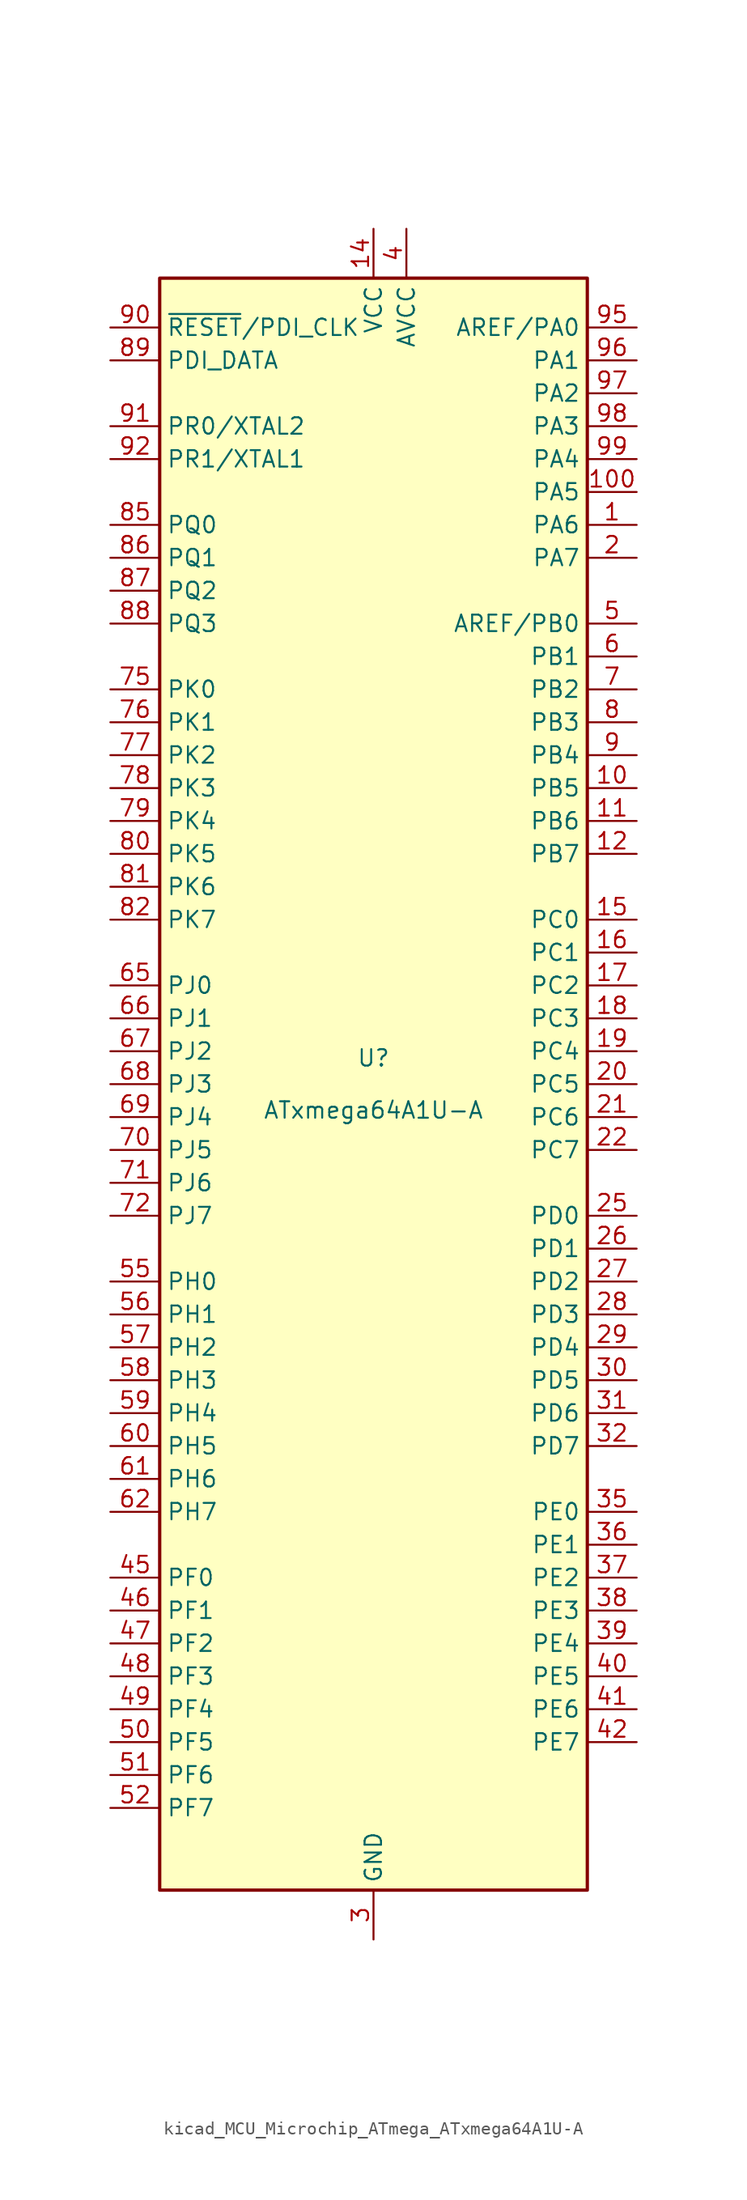
<source format=kicad_sym>
(kicad_symbol_lib
  (version 20220914)
  (generator kicad_symbol_editor)
  (symbol "kicad_MCU_Microchip_ATmega_ATxmega64A1U-A"
    (property "Reference" "U"
      (at 0 1.27 0)
      (effects (font (size 1.27 1.27)) (justify bottom)))
    (property "Value" "ATxmega64A1U-A"
      (at 0 -1.27 0)
      (effects (font (size 1.27 1.27)) (justify top)))
    (symbol "kicad_MCU_Microchip_ATmega_ATxmega64A1U-A_0_1"
      (rectangle (start -16.51 -62.23) (end 16.51 62.23) (stroke (width 0.254) (type default)) (fill (type background))))
    (symbol "kicad_MCU_Microchip_ATmega_ATxmega64A1U-A_1_1"
      (pin bidirectional line (at 20.32 43.18 180) (length 3.81) (name "PA6" (effects (font (size 1.27 1.27)))) (number "1" (effects (font (size 1.27 1.27)))))
      (pin bidirectional line (at 20.32 22.86 180) (length 3.81) (name "PB5" (effects (font (size 1.27 1.27)))) (number "10" (effects (font (size 1.27 1.27)))))
      (pin bidirectional line (at 20.32 45.72 180) (length 3.81) (name "PA5" (effects (font (size 1.27 1.27)))) (number "100" (effects (font (size 1.27 1.27)))))
      (pin bidirectional line (at 20.32 20.32 180) (length 3.81) (name "PB6" (effects (font (size 1.27 1.27)))) (number "11" (effects (font (size 1.27 1.27)))))
      (pin bidirectional line (at 20.32 17.78 180) (length 3.81) (name "PB7" (effects (font (size 1.27 1.27)))) (number "12" (effects (font (size 1.27 1.27)))))
      (pin passive line (at 0 -66.04 90) (length 3.81) hide (name "GND" (effects (font (size 1.27 1.27)))) (number "13" (effects (font (size 1.27 1.27)))))
      (pin power_in line (at 0 66.04 270) (length 3.81) (name "VCC" (effects (font (size 1.27 1.27)))) (number "14" (effects (font (size 1.27 1.27)))))
      (pin bidirectional line (at 20.32 12.7 180) (length 3.81) (name "PC0" (effects (font (size 1.27 1.27)))) (number "15" (effects (font (size 1.27 1.27)))))
      (pin bidirectional line (at 20.32 10.16 180) (length 3.81) (name "PC1" (effects (font (size 1.27 1.27)))) (number "16" (effects (font (size 1.27 1.27)))))
      (pin bidirectional line (at 20.32 7.62 180) (length 3.81) (name "PC2" (effects (font (size 1.27 1.27)))) (number "17" (effects (font (size 1.27 1.27)))))
      (pin bidirectional line (at 20.32 5.08 180) (length 3.81) (name "PC3" (effects (font (size 1.27 1.27)))) (number "18" (effects (font (size 1.27 1.27)))))
      (pin bidirectional line (at 20.32 2.54 180) (length 3.81) (name "PC4" (effects (font (size 1.27 1.27)))) (number "19" (effects (font (size 1.27 1.27)))))
      (pin bidirectional line (at 20.32 40.64 180) (length 3.81) (name "PA7" (effects (font (size 1.27 1.27)))) (number "2" (effects (font (size 1.27 1.27)))))
      (pin bidirectional line (at 20.32 0 180) (length 3.81) (name "PC5" (effects (font (size 1.27 1.27)))) (number "20" (effects (font (size 1.27 1.27)))))
      (pin bidirectional line (at 20.32 -2.54 180) (length 3.81) (name "PC6" (effects (font (size 1.27 1.27)))) (number "21" (effects (font (size 1.27 1.27)))))
      (pin bidirectional line (at 20.32 -5.08 180) (length 3.81) (name "PC7" (effects (font (size 1.27 1.27)))) (number "22" (effects (font (size 1.27 1.27)))))
      (pin passive line (at 0 -66.04 90) (length 3.81) hide (name "GND" (effects (font (size 1.27 1.27)))) (number "23" (effects (font (size 1.27 1.27)))))
      (pin passive line (at 0 66.04 270) (length 3.81) hide (name "VCC" (effects (font (size 1.27 1.27)))) (number "24" (effects (font (size 1.27 1.27)))))
      (pin bidirectional line (at 20.32 -10.16 180) (length 3.81) (name "PD0" (effects (font (size 1.27 1.27)))) (number "25" (effects (font (size 1.27 1.27)))))
      (pin bidirectional line (at 20.32 -12.7 180) (length 3.81) (name "PD1" (effects (font (size 1.27 1.27)))) (number "26" (effects (font (size 1.27 1.27)))))
      (pin bidirectional line (at 20.32 -15.24 180) (length 3.81) (name "PD2" (effects (font (size 1.27 1.27)))) (number "27" (effects (font (size 1.27 1.27)))))
      (pin bidirectional line (at 20.32 -17.78 180) (length 3.81) (name "PD3" (effects (font (size 1.27 1.27)))) (number "28" (effects (font (size 1.27 1.27)))))
      (pin bidirectional line (at 20.32 -20.32 180) (length 3.81) (name "PD4" (effects (font (size 1.27 1.27)))) (number "29" (effects (font (size 1.27 1.27)))))
      (pin power_in line (at 0 -66.04 90) (length 3.81) (name "GND" (effects (font (size 1.27 1.27)))) (number "3" (effects (font (size 1.27 1.27)))))
      (pin bidirectional line (at 20.32 -22.86 180) (length 3.81) (name "PD5" (effects (font (size 1.27 1.27)))) (number "30" (effects (font (size 1.27 1.27)))))
      (pin bidirectional line (at 20.32 -25.4 180) (length 3.81) (name "PD6" (effects (font (size 1.27 1.27)))) (number "31" (effects (font (size 1.27 1.27)))))
      (pin bidirectional line (at 20.32 -27.94 180) (length 3.81) (name "PD7" (effects (font (size 1.27 1.27)))) (number "32" (effects (font (size 1.27 1.27)))))
      (pin passive line (at 0 -66.04 90) (length 3.81) hide (name "GND" (effects (font (size 1.27 1.27)))) (number "33" (effects (font (size 1.27 1.27)))))
      (pin passive line (at 0 66.04 270) (length 3.81) hide (name "VCC" (effects (font (size 1.27 1.27)))) (number "34" (effects (font (size 1.27 1.27)))))
      (pin bidirectional line (at 20.32 -33.02 180) (length 3.81) (name "PE0" (effects (font (size 1.27 1.27)))) (number "35" (effects (font (size 1.27 1.27)))))
      (pin bidirectional line (at 20.32 -35.56 180) (length 3.81) (name "PE1" (effects (font (size 1.27 1.27)))) (number "36" (effects (font (size 1.27 1.27)))))
      (pin bidirectional line (at 20.32 -38.1 180) (length 3.81) (name "PE2" (effects (font (size 1.27 1.27)))) (number "37" (effects (font (size 1.27 1.27)))))
      (pin bidirectional line (at 20.32 -40.64 180) (length 3.81) (name "PE3" (effects (font (size 1.27 1.27)))) (number "38" (effects (font (size 1.27 1.27)))))
      (pin bidirectional line (at 20.32 -43.18 180) (length 3.81) (name "PE4" (effects (font (size 1.27 1.27)))) (number "39" (effects (font (size 1.27 1.27)))))
      (pin power_in line (at 2.54 66.04 270) (length 3.81) (name "AVCC" (effects (font (size 1.27 1.27)))) (number "4" (effects (font (size 1.27 1.27)))))
      (pin bidirectional line (at 20.32 -45.72 180) (length 3.81) (name "PE5" (effects (font (size 1.27 1.27)))) (number "40" (effects (font (size 1.27 1.27)))))
      (pin bidirectional line (at 20.32 -48.26 180) (length 3.81) (name "PE6" (effects (font (size 1.27 1.27)))) (number "41" (effects (font (size 1.27 1.27)))))
      (pin bidirectional line (at 20.32 -50.8 180) (length 3.81) (name "PE7" (effects (font (size 1.27 1.27)))) (number "42" (effects (font (size 1.27 1.27)))))
      (pin passive line (at 0 -66.04 90) (length 3.81) hide (name "GND" (effects (font (size 1.27 1.27)))) (number "43" (effects (font (size 1.27 1.27)))))
      (pin passive line (at 0 66.04 270) (length 3.81) hide (name "VCC" (effects (font (size 1.27 1.27)))) (number "44" (effects (font (size 1.27 1.27)))))
      (pin bidirectional line (at -20.32 -38.1 0) (length 3.81) (name "PF0" (effects (font (size 1.27 1.27)))) (number "45" (effects (font (size 1.27 1.27)))))
      (pin bidirectional line (at -20.32 -40.64 0) (length 3.81) (name "PF1" (effects (font (size 1.27 1.27)))) (number "46" (effects (font (size 1.27 1.27)))))
      (pin bidirectional line (at -20.32 -43.18 0) (length 3.81) (name "PF2" (effects (font (size 1.27 1.27)))) (number "47" (effects (font (size 1.27 1.27)))))
      (pin bidirectional line (at -20.32 -45.72 0) (length 3.81) (name "PF3" (effects (font (size 1.27 1.27)))) (number "48" (effects (font (size 1.27 1.27)))))
      (pin bidirectional line (at -20.32 -48.26 0) (length 3.81) (name "PF4" (effects (font (size 1.27 1.27)))) (number "49" (effects (font (size 1.27 1.27)))))
      (pin bidirectional line (at 20.32 35.56 180) (length 3.81) (name "AREF/PB0" (effects (font (size 1.27 1.27)))) (number "5" (effects (font (size 1.27 1.27)))))
      (pin bidirectional line (at -20.32 -50.8 0) (length 3.81) (name "PF5" (effects (font (size 1.27 1.27)))) (number "50" (effects (font (size 1.27 1.27)))))
      (pin bidirectional line (at -20.32 -53.34 0) (length 3.81) (name "PF6" (effects (font (size 1.27 1.27)))) (number "51" (effects (font (size 1.27 1.27)))))
      (pin bidirectional line (at -20.32 -55.88 0) (length 3.81) (name "PF7" (effects (font (size 1.27 1.27)))) (number "52" (effects (font (size 1.27 1.27)))))
      (pin passive line (at 0 -66.04 90) (length 3.81) hide (name "GND" (effects (font (size 1.27 1.27)))) (number "53" (effects (font (size 1.27 1.27)))))
      (pin passive line (at 0 66.04 270) (length 3.81) hide (name "VCC" (effects (font (size 1.27 1.27)))) (number "54" (effects (font (size 1.27 1.27)))))
      (pin bidirectional line (at -20.32 -15.24 0) (length 3.81) (name "PH0" (effects (font (size 1.27 1.27)))) (number "55" (effects (font (size 1.27 1.27)))))
      (pin bidirectional line (at -20.32 -17.78 0) (length 3.81) (name "PH1" (effects (font (size 1.27 1.27)))) (number "56" (effects (font (size 1.27 1.27)))))
      (pin bidirectional line (at -20.32 -20.32 0) (length 3.81) (name "PH2" (effects (font (size 1.27 1.27)))) (number "57" (effects (font (size 1.27 1.27)))))
      (pin bidirectional line (at -20.32 -22.86 0) (length 3.81) (name "PH3" (effects (font (size 1.27 1.27)))) (number "58" (effects (font (size 1.27 1.27)))))
      (pin bidirectional line (at -20.32 -25.4 0) (length 3.81) (name "PH4" (effects (font (size 1.27 1.27)))) (number "59" (effects (font (size 1.27 1.27)))))
      (pin bidirectional line (at 20.32 33.02 180) (length 3.81) (name "PB1" (effects (font (size 1.27 1.27)))) (number "6" (effects (font (size 1.27 1.27)))))
      (pin bidirectional line (at -20.32 -27.94 0) (length 3.81) (name "PH5" (effects (font (size 1.27 1.27)))) (number "60" (effects (font (size 1.27 1.27)))))
      (pin bidirectional line (at -20.32 -30.48 0) (length 3.81) (name "PH6" (effects (font (size 1.27 1.27)))) (number "61" (effects (font (size 1.27 1.27)))))
      (pin bidirectional line (at -20.32 -33.02 0) (length 3.81) (name "PH7" (effects (font (size 1.27 1.27)))) (number "62" (effects (font (size 1.27 1.27)))))
      (pin passive line (at 0 -66.04 90) (length 3.81) hide (name "GND" (effects (font (size 1.27 1.27)))) (number "63" (effects (font (size 1.27 1.27)))))
      (pin passive line (at 0 66.04 270) (length 3.81) hide (name "VCC" (effects (font (size 1.27 1.27)))) (number "64" (effects (font (size 1.27 1.27)))))
      (pin bidirectional line (at -20.32 7.62 0) (length 3.81) (name "PJ0" (effects (font (size 1.27 1.27)))) (number "65" (effects (font (size 1.27 1.27)))))
      (pin bidirectional line (at -20.32 5.08 0) (length 3.81) (name "PJ1" (effects (font (size 1.27 1.27)))) (number "66" (effects (font (size 1.27 1.27)))))
      (pin bidirectional line (at -20.32 2.54 0) (length 3.81) (name "PJ2" (effects (font (size 1.27 1.27)))) (number "67" (effects (font (size 1.27 1.27)))))
      (pin bidirectional line (at -20.32 0 0) (length 3.81) (name "PJ3" (effects (font (size 1.27 1.27)))) (number "68" (effects (font (size 1.27 1.27)))))
      (pin bidirectional line (at -20.32 -2.54 0) (length 3.81) (name "PJ4" (effects (font (size 1.27 1.27)))) (number "69" (effects (font (size 1.27 1.27)))))
      (pin bidirectional line (at 20.32 30.48 180) (length 3.81) (name "PB2" (effects (font (size 1.27 1.27)))) (number "7" (effects (font (size 1.27 1.27)))))
      (pin bidirectional line (at -20.32 -5.08 0) (length 3.81) (name "PJ5" (effects (font (size 1.27 1.27)))) (number "70" (effects (font (size 1.27 1.27)))))
      (pin bidirectional line (at -20.32 -7.62 0) (length 3.81) (name "PJ6" (effects (font (size 1.27 1.27)))) (number "71" (effects (font (size 1.27 1.27)))))
      (pin bidirectional line (at -20.32 -10.16 0) (length 3.81) (name "PJ7" (effects (font (size 1.27 1.27)))) (number "72" (effects (font (size 1.27 1.27)))))
      (pin passive line (at 0 -66.04 90) (length 3.81) hide (name "GND" (effects (font (size 1.27 1.27)))) (number "73" (effects (font (size 1.27 1.27)))))
      (pin passive line (at 0 66.04 270) (length 3.81) hide (name "VCC" (effects (font (size 1.27 1.27)))) (number "74" (effects (font (size 1.27 1.27)))))
      (pin bidirectional line (at -20.32 30.48 0) (length 3.81) (name "PK0" (effects (font (size 1.27 1.27)))) (number "75" (effects (font (size 1.27 1.27)))))
      (pin bidirectional line (at -20.32 27.94 0) (length 3.81) (name "PK1" (effects (font (size 1.27 1.27)))) (number "76" (effects (font (size 1.27 1.27)))))
      (pin bidirectional line (at -20.32 25.4 0) (length 3.81) (name "PK2" (effects (font (size 1.27 1.27)))) (number "77" (effects (font (size 1.27 1.27)))))
      (pin bidirectional line (at -20.32 22.86 0) (length 3.81) (name "PK3" (effects (font (size 1.27 1.27)))) (number "78" (effects (font (size 1.27 1.27)))))
      (pin bidirectional line (at -20.32 20.32 0) (length 3.81) (name "PK4" (effects (font (size 1.27 1.27)))) (number "79" (effects (font (size 1.27 1.27)))))
      (pin bidirectional line (at 20.32 27.94 180) (length 3.81) (name "PB3" (effects (font (size 1.27 1.27)))) (number "8" (effects (font (size 1.27 1.27)))))
      (pin bidirectional line (at -20.32 17.78 0) (length 3.81) (name "PK5" (effects (font (size 1.27 1.27)))) (number "80" (effects (font (size 1.27 1.27)))))
      (pin bidirectional line (at -20.32 15.24 0) (length 3.81) (name "PK6" (effects (font (size 1.27 1.27)))) (number "81" (effects (font (size 1.27 1.27)))))
      (pin bidirectional line (at -20.32 12.7 0) (length 3.81) (name "PK7" (effects (font (size 1.27 1.27)))) (number "82" (effects (font (size 1.27 1.27)))))
      (pin passive line (at 0 66.04 270) (length 3.81) hide (name "VCC" (effects (font (size 1.27 1.27)))) (number "83" (effects (font (size 1.27 1.27)))))
      (pin passive line (at 0 -66.04 90) (length 3.81) hide (name "GND" (effects (font (size 1.27 1.27)))) (number "84" (effects (font (size 1.27 1.27)))))
      (pin bidirectional line (at -20.32 43.18 0) (length 3.81) (name "PQ0" (effects (font (size 1.27 1.27)))) (number "85" (effects (font (size 1.27 1.27)))))
      (pin bidirectional line (at -20.32 40.64 0) (length 3.81) (name "PQ1" (effects (font (size 1.27 1.27)))) (number "86" (effects (font (size 1.27 1.27)))))
      (pin bidirectional line (at -20.32 38.1 0) (length 3.81) (name "PQ2" (effects (font (size 1.27 1.27)))) (number "87" (effects (font (size 1.27 1.27)))))
      (pin bidirectional line (at -20.32 35.56 0) (length 3.81) (name "PQ3" (effects (font (size 1.27 1.27)))) (number "88" (effects (font (size 1.27 1.27)))))
      (pin bidirectional line (at -20.32 55.88 0) (length 3.81) (name "PDI_DATA" (effects (font (size 1.27 1.27)))) (number "89" (effects (font (size 1.27 1.27)))))
      (pin bidirectional line (at 20.32 25.4 180) (length 3.81) (name "PB4" (effects (font (size 1.27 1.27)))) (number "9" (effects (font (size 1.27 1.27)))))
      (pin input line (at -20.32 58.42 0) (length 3.81) (name "~{RESET}/PDI_CLK" (effects (font (size 1.27 1.27)))) (number "90" (effects (font (size 1.27 1.27)))))
      (pin bidirectional line (at -20.32 50.8 0) (length 3.81) (name "PR0/XTAL2" (effects (font (size 1.27 1.27)))) (number "91" (effects (font (size 1.27 1.27)))))
      (pin bidirectional line (at -20.32 48.26 0) (length 3.81) (name "PR1/XTAL1" (effects (font (size 1.27 1.27)))) (number "92" (effects (font (size 1.27 1.27)))))
      (pin passive line (at 0 -66.04 90) (length 3.81) hide (name "GND" (effects (font (size 1.27 1.27)))) (number "93" (effects (font (size 1.27 1.27)))))
      (pin passive line (at 2.54 66.04 270) (length 3.81) hide (name "AVCC" (effects (font (size 1.27 1.27)))) (number "94" (effects (font (size 1.27 1.27)))))
      (pin bidirectional line (at 20.32 58.42 180) (length 3.81) (name "AREF/PA0" (effects (font (size 1.27 1.27)))) (number "95" (effects (font (size 1.27 1.27)))))
      (pin bidirectional line (at 20.32 55.88 180) (length 3.81) (name "PA1" (effects (font (size 1.27 1.27)))) (number "96" (effects (font (size 1.27 1.27)))))
      (pin bidirectional line (at 20.32 53.34 180) (length 3.81) (name "PA2" (effects (font (size 1.27 1.27)))) (number "97" (effects (font (size 1.27 1.27)))))
      (pin bidirectional line (at 20.32 50.8 180) (length 3.81) (name "PA3" (effects (font (size 1.27 1.27)))) (number "98" (effects (font (size 1.27 1.27)))))
      (pin bidirectional line (at 20.32 48.26 180) (length 3.81) (name "PA4" (effects (font (size 1.27 1.27)))) (number "99" (effects (font (size 1.27 1.27))))))))
</source>
